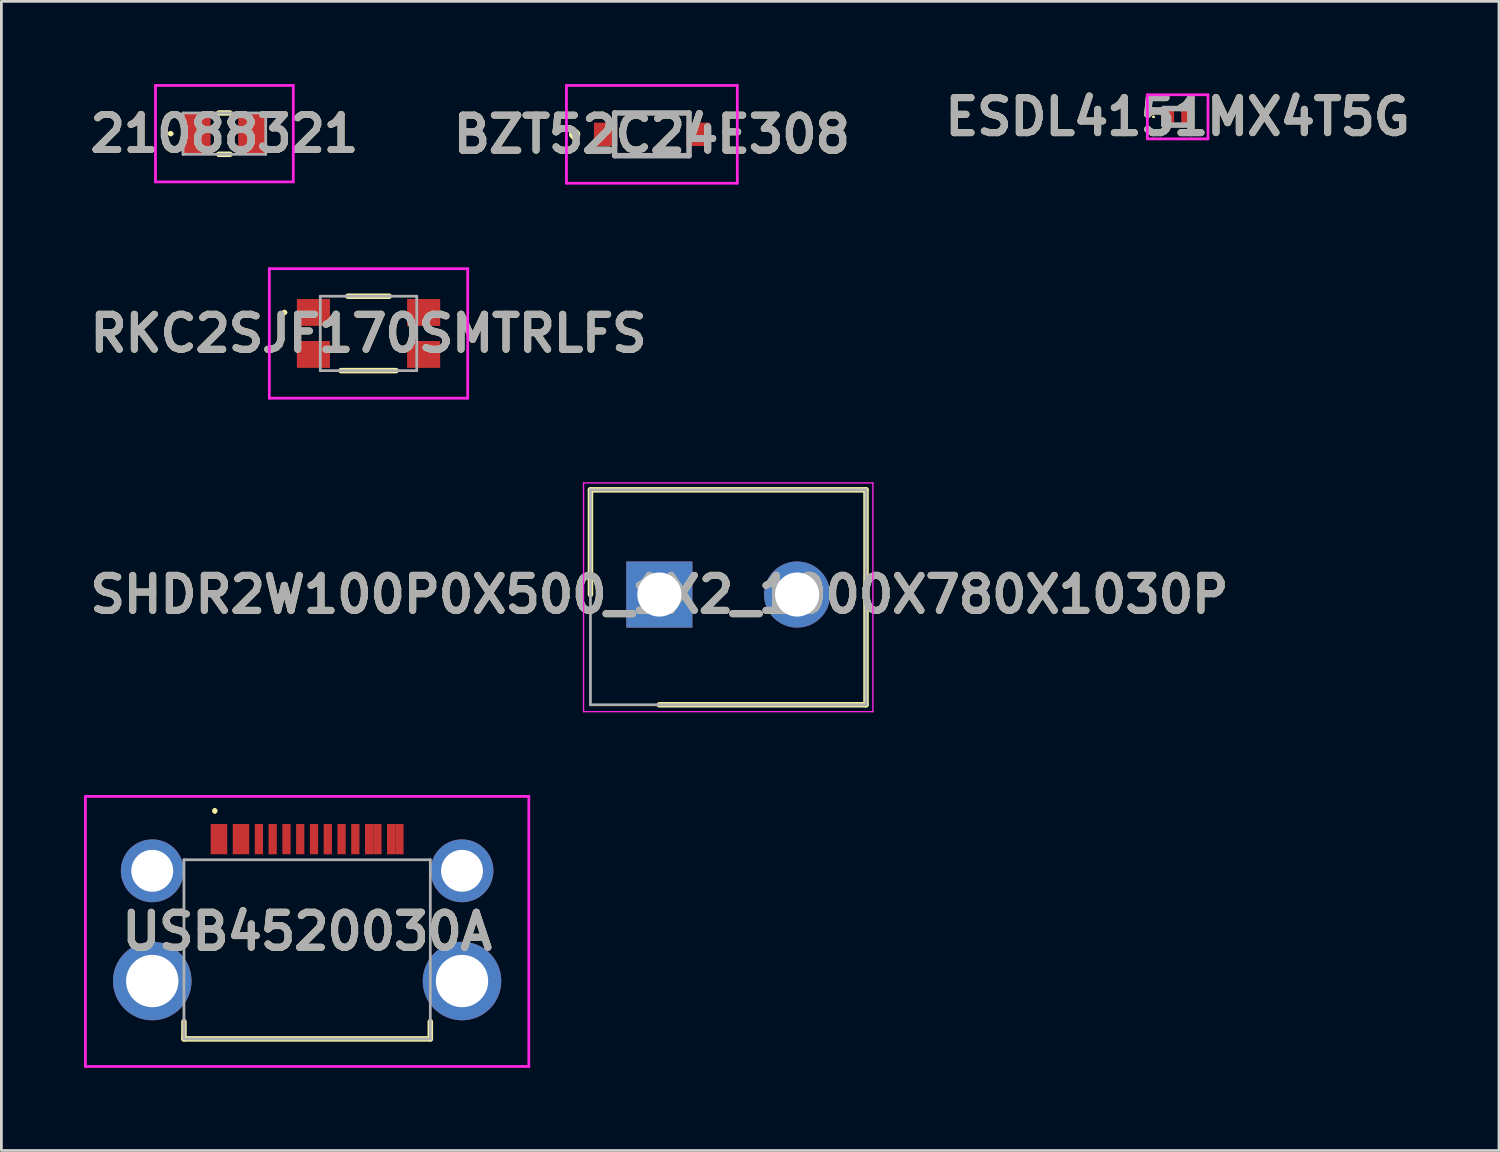
<source format=kicad_pcb>
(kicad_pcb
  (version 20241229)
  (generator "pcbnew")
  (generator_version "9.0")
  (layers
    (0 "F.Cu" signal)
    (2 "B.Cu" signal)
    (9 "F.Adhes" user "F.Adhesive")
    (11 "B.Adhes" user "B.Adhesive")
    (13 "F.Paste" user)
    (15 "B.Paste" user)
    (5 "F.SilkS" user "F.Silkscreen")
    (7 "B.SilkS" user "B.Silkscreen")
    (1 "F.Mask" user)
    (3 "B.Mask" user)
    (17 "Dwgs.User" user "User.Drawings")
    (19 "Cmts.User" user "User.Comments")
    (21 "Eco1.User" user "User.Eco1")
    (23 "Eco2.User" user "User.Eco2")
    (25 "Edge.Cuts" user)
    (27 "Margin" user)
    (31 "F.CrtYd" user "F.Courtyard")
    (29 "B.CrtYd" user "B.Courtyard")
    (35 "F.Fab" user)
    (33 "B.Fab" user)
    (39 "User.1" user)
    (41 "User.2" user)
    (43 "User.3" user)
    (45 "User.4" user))
  (footprint "RKC2SJF170SMTRLFS"
    (layer "F.Cu")
    (at 10.323 9.05)
    (property "Reference" "RKC2SJF170SMTRLFS" (at 0 0 0) (layer "F.SilkS") (effects (font (size 1.27 1.27) (thickness 0.254))))
    (attr smd)
    (fp_line (start -3.1 -0.762) (end -3.1 -0.762) (stroke (width 0.1) (type solid)) (layer "F.SilkS"))
    (fp_line (start -3 -0.762) (end -3 -0.762) (stroke (width 0.1) (type solid)) (layer "F.SilkS"))
    (fp_line (start -1 1.35) (end 1 1.35) (stroke (width 0.2) (type solid)) (layer "F.SilkS"))
    (fp_line (start -0.75 -1.35) (end 0.75 -1.35) (stroke (width 0.2) (type solid)) (layer "F.SilkS"))
    (fp_arc (start -3.1 -0.762) (mid -3.05 -0.812) (end -3 -0.762) (stroke (width 0.1) (type solid)) (layer "F.SilkS"))
    (fp_arc (start -3 -0.762) (mid -3.05 -0.712) (end -3.1 -0.762) (stroke (width 0.1) (type solid)) (layer "F.SilkS"))
    (fp_line (start -3.6 -2.35) (end 3.6 -2.35) (stroke (width 0.1) (type solid)) (layer "F.CrtYd"))
    (fp_line (start -3.6 2.35) (end -3.6 -2.35) (stroke (width 0.1) (type solid)) (layer "F.CrtYd"))
    (fp_line (start 3.6 -2.35) (end 3.6 2.35) (stroke (width 0.1) (type solid)) (layer "F.CrtYd"))
    (fp_line (start 3.6 2.35) (end -3.6 2.35) (stroke (width 0.1) (type solid)) (layer "F.CrtYd"))
    (fp_line (start -1.75 -1.35) (end -1.75 1.35) (stroke (width 0.1) (type solid)) (layer "F.Fab"))
    (fp_line (start -1.75 1.35) (end 1.75 1.35) (stroke (width 0.1) (type solid)) (layer "F.Fab"))
    (fp_line (start 1.75 -1.35) (end -1.75 -1.35) (stroke (width 0.1) (type solid)) (layer "F.Fab"))
    (fp_line (start 1.75 1.35) (end 1.75 -1.35) (stroke (width 0.1) (type solid)) (layer "F.Fab"))
    (fp_text user "${REFERENCE}" (at 0 0 0) (layer "F.Fab") (effects (font (size 1.27 1.27) (thickness 0.254))))
    (pad "1" smd rect (at -2 -0.762 90) (size 0.975 1.2) (layers "F.Cu" "F.Mask" "F.Paste"))
    (pad "2" smd rect (at 2 -0.762 90) (size 0.975 1.2) (layers "F.Cu" "F.Mask" "F.Paste"))
    (pad "3" smd rect (at -2 0.762 90) (size 0.975 1.2) (layers "F.Cu" "F.Mask" "F.Paste"))
    (pad "4" smd rect (at 2 0.762 90) (size 0.975 1.2) (layers "F.Cu" "F.Mask" "F.Paste")))
  (footprint "21088321"
    (layer "F.Cu")
    (at 5.092 1.8)
    (property "Reference" "21088321" (at 0 0 0) (layer "F.SilkS") (effects (font (size 1.27 1.27) (thickness 0.254))))
    (attr smd)
    (fp_line (start -2 0) (end -2 0) (stroke (width 0.1) (type solid)) (layer "F.SilkS"))
    (fp_line (start -1.9 0) (end -1.9 0) (stroke (width 0.1) (type solid)) (layer "F.SilkS"))
    (fp_line (start -0.2 -0.75) (end 0.2 -0.75) (stroke (width 0.2) (type solid)) (layer "F.SilkS"))
    (fp_line (start -0.2 0.75) (end 0.2 0.75) (stroke (width 0.2) (type solid)) (layer "F.SilkS"))
    (fp_arc (start -2 0) (mid -1.95 -0.05) (end -1.9 0) (stroke (width 0.1) (type solid)) (layer "F.SilkS"))
    (fp_arc (start -1.9 0) (mid -1.95 0.05) (end -2 0) (stroke (width 0.1) (type solid)) (layer "F.SilkS"))
    (fp_line (start -2.5 -1.75) (end 2.5 -1.75) (stroke (width 0.1) (type solid)) (layer "F.CrtYd"))
    (fp_line (start -2.5 1.75) (end -2.5 -1.75) (stroke (width 0.1) (type solid)) (layer "F.CrtYd"))
    (fp_line (start 2.5 -1.75) (end 2.5 1.75) (stroke (width 0.1) (type solid)) (layer "F.CrtYd"))
    (fp_line (start 2.5 1.75) (end -2.5 1.75) (stroke (width 0.1) (type solid)) (layer "F.CrtYd"))
    (fp_line (start -1.5 -0.75) (end -1.5 0.75) (stroke (width 0.1) (type solid)) (layer "F.Fab"))
    (fp_line (start -1.5 0.75) (end 1.5 0.75) (stroke (width 0.1) (type solid)) (layer "F.Fab"))
    (fp_line (start 1.5 -0.75) (end -1.5 -0.75) (stroke (width 0.1) (type solid)) (layer "F.Fab"))
    (fp_line (start 1.5 0.75) (end 1.5 -0.75) (stroke (width 0.1) (type solid)) (layer "F.Fab"))
    (fp_text user "${REFERENCE}" (at 0 0 0) (layer "F.Fab") (effects (font (size 1.27 1.27) (thickness 0.254))))
    (pad "1" smd rect (at -1 0) (size 1 1.5) (layers "F.Cu" "F.Mask" "F.Paste"))
    (pad "2" smd rect (at 1 0) (size 1 1.5) (layers "F.Cu" "F.Mask" "F.Paste")))
  (footprint "SHDR2W100P0X500_1X2_1000X780X1030P"
    (layer "F.Cu")
    (at 20.876 18.525)
    (property "Reference" "SHDR2W100P0X500_1X2_1000X780X1030P" (at 0 0 0) (layer "F.SilkS") (effects (font (size 1.27 1.27) (thickness 0.254))))
    (attr through_hole)
    (fp_line (start -2.5 -3.8) (end -2.5 0) (stroke (width 0.2) (type solid)) (layer "F.SilkS"))
    (fp_line (start 0 4) (end 7.5 4) (stroke (width 0.2) (type solid)) (layer "F.SilkS"))
    (fp_line (start 7.5 -3.8) (end -2.5 -3.8) (stroke (width 0.2) (type solid)) (layer "F.SilkS"))
    (fp_line (start 7.5 4) (end 7.5 -3.8) (stroke (width 0.2) (type solid)) (layer "F.SilkS"))
    (fp_line (start -2.75 -4.05) (end 7.75 -4.05) (stroke (width 0.05) (type solid)) (layer "F.CrtYd"))
    (fp_line (start -2.75 4.25) (end -2.75 -4.05) (stroke (width 0.05) (type solid)) (layer "F.CrtYd"))
    (fp_line (start 7.75 -4.05) (end 7.75 4.25) (stroke (width 0.05) (type solid)) (layer "F.CrtYd"))
    (fp_line (start 7.75 4.25) (end -2.75 4.25) (stroke (width 0.05) (type solid)) (layer "F.CrtYd"))
    (fp_line (start -2.5 -3.8) (end 7.5 -3.8) (stroke (width 0.1) (type solid)) (layer "F.Fab"))
    (fp_line (start -2.5 4) (end -2.5 -3.8) (stroke (width 0.1) (type solid)) (layer "F.Fab"))
    (fp_line (start 7.5 -3.8) (end 7.5 4) (stroke (width 0.1) (type solid)) (layer "F.Fab"))
    (fp_line (start 7.5 4) (end -2.5 4) (stroke (width 0.1) (type solid)) (layer "F.Fab"))
    (fp_text user "${REFERENCE}" (at 0 0 0) (layer "F.Fab") (effects (font (size 1.27 1.27) (thickness 0.254))))
    (pad "1" thru_hole rect (at 0 0) (size 2.4 2.4) (drill 1.6) (layers "*.Cu" "*.Mask"))
    (pad "2" thru_hole circle (at 5 0) (size 2.4 2.4) (drill 1.6) (layers "*.Cu" "*.Mask")))
  (footprint "BZT52C24E308"
    (layer "F.Cu")
    (at 20.605 1.825)
    (property "Reference" "BZT52C24E308" (at 0 0 0) (layer "F.SilkS") (effects (font (size 1.27 1.27) (thickness 0.254))))
    (attr smd)
    (fp_line (start -2.9 0) (end -2.9 0) (stroke (width 0.2) (type solid)) (layer "F.SilkS"))
    (fp_line (start -2.7 0) (end -2.7 0) (stroke (width 0.2) (type solid)) (layer "F.SilkS"))
    (fp_line (start -1.35 -0.775) (end 1.35 -0.775) (stroke (width 0.1) (type solid)) (layer "F.SilkS"))
    (fp_line (start -1.35 0.775) (end 1.35 0.775) (stroke (width 0.1) (type solid)) (layer "F.SilkS"))
    (fp_arc (start -2.9 0) (mid -2.8 -0.1) (end -2.7 0) (stroke (width 0.2) (type solid)) (layer "F.SilkS"))
    (fp_arc (start -2.7 0) (mid -2.8 0.1) (end -2.9 0) (stroke (width 0.2) (type solid)) (layer "F.SilkS"))
    (fp_line (start -3.1 -1.775) (end 3.1 -1.775) (stroke (width 0.1) (type solid)) (layer "F.CrtYd"))
    (fp_line (start -3.1 1.775) (end -3.1 -1.775) (stroke (width 0.1) (type solid)) (layer "F.CrtYd"))
    (fp_line (start 3.1 -1.775) (end 3.1 1.775) (stroke (width 0.1) (type solid)) (layer "F.CrtYd"))
    (fp_line (start 3.1 1.775) (end -3.1 1.775) (stroke (width 0.1) (type solid)) (layer "F.CrtYd"))
    (fp_line (start -1.35 -0.775) (end 1.35 -0.775) (stroke (width 0.2) (type solid)) (layer "F.Fab"))
    (fp_line (start -1.35 0.775) (end -1.35 -0.775) (stroke (width 0.2) (type solid)) (layer "F.Fab"))
    (fp_line (start 1.35 -0.775) (end 1.35 0.775) (stroke (width 0.2) (type solid)) (layer "F.Fab"))
    (fp_line (start 1.35 0.775) (end -1.35 0.775) (stroke (width 0.2) (type solid)) (layer "F.Fab"))
    (fp_text user "${REFERENCE}" (at 0 0 0) (layer "F.Fab") (effects (font (size 1.27 1.27) (thickness 0.254))))
    (pad "1" smd rect (at -1.675 0) (size 0.85 0.85) (layers "F.Cu" "F.Mask" "F.Paste"))
    (pad "2" smd rect (at 1.675 0) (size 0.85 0.85) (layers "F.Cu" "F.Mask" "F.Paste")))
  (footprint "USB4520030A"
    (layer "F.Cu")
    (at 8.095 31.025)
    (property "Reference" "USB4520030A" (at 0 -0.275 0) (layer "F.SilkS") (effects (font (size 1.27 1.27) (thickness 0.254))))
    (attr through_hole)
    (fp_line (start -4.47 3) (end -4.47 3.625) (stroke (width 0.2) (type solid)) (layer "F.SilkS"))
    (fp_line (start -4.47 3.625) (end 4.47 3.625) (stroke (width 0.2) (type solid)) (layer "F.SilkS"))
    (fp_line (start -3.35 -4.7) (end -3.35 -4.7) (stroke (width 0.1) (type solid)) (layer "F.SilkS"))
    (fp_line (start -3.35 -4.6) (end -3.35 -4.6) (stroke (width 0.1) (type solid)) (layer "F.SilkS"))
    (fp_line (start 4.47 3.625) (end 4.47 3) (stroke (width 0.2) (type solid)) (layer "F.SilkS"))
    (fp_arc (start -3.35 -4.7) (mid -3.3 -4.65) (end -3.35 -4.6) (stroke (width 0.1) (type solid)) (layer "F.SilkS"))
    (fp_arc (start -3.35 -4.6) (mid -3.4 -4.65) (end -3.35 -4.7) (stroke (width 0.1) (type solid)) (layer "F.SilkS"))
    (fp_line (start -8.045 -5.175) (end 8.045 -5.175) (stroke (width 0.1) (type solid)) (layer "F.CrtYd"))
    (fp_line (start -8.045 4.625) (end -8.045 -5.175) (stroke (width 0.1) (type solid)) (layer "F.CrtYd"))
    (fp_line (start 8.045 -5.175) (end 8.045 4.625) (stroke (width 0.1) (type solid)) (layer "F.CrtYd"))
    (fp_line (start 8.045 4.625) (end -8.045 4.625) (stroke (width 0.1) (type solid)) (layer "F.CrtYd"))
    (fp_line (start -4.47 -2.875) (end 4.47 -2.875) (stroke (width 0.1) (type solid)) (layer "F.Fab"))
    (fp_line (start -4.47 3.625) (end -4.47 -2.875) (stroke (width 0.1) (type solid)) (layer "F.Fab"))
    (fp_line (start 4.47 -2.875) (end 4.47 3.625) (stroke (width 0.1) (type solid)) (layer "F.Fab"))
    (fp_line (start 4.47 3.625) (end -4.47 3.625) (stroke (width 0.1) (type solid)) (layer "F.Fab"))
    (fp_text user "${REFERENCE}" (at 0 -0.275 0) (layer "F.Fab") (effects (font (size 1.27 1.27) (thickness 0.254))))
    (pad "A1" smd rect (at -3.35 -3.625) (size 0.3 1.1) (layers "F.Cu" "F.Mask" "F.Paste"))
    (pad "A4" smd rect (at -2.55 -3.625) (size 0.3 1.1) (layers "F.Cu" "F.Mask" "F.Paste"))
    (pad "A5" smd rect (at -1.25 -3.625) (size 0.3 1.1) (layers "F.Cu" "F.Mask" "F.Paste"))
    (pad "A6" smd rect (at -0.25 -3.625) (size 0.3 1.1) (layers "F.Cu" "F.Mask" "F.Paste"))
    (pad "A7" smd rect (at 0.25 -3.625) (size 0.3 1.1) (layers "F.Cu" "F.Mask" "F.Paste"))
    (pad "A8" smd rect (at 1.25 -3.625) (size 0.3 1.1) (layers "F.Cu" "F.Mask" "F.Paste"))
    (pad "A9" smd rect (at 2.55 -3.625) (size 0.3 1.1) (layers "F.Cu" "F.Mask" "F.Paste"))
    (pad "A12" smd rect (at 3.35 -3.625) (size 0.3 1.1) (layers "F.Cu" "F.Mask" "F.Paste"))
    (pad "B1" smd rect (at 3.05 -3.625) (size 0.3 1.1) (layers "F.Cu" "F.Mask" "F.Paste"))
    (pad "B4" smd rect (at 2.25 -3.625) (size 0.3 1.1) (layers "F.Cu" "F.Mask" "F.Paste"))
    (pad "B5" smd rect (at 1.75 -3.625) (size 0.3 1.1) (layers "F.Cu" "F.Mask" "F.Paste"))
    (pad "B6" smd rect (at 0.75 -3.625) (size 0.3 1.1) (layers "F.Cu" "F.Mask" "F.Paste"))
    (pad "B7" smd rect (at -0.75 -3.625) (size 0.3 1.1) (layers "F.Cu" "F.Mask" "F.Paste"))
    (pad "B8" smd rect (at -1.75 -3.625) (size 0.3 1.1) (layers "F.Cu" "F.Mask" "F.Paste"))
    (pad "B9" smd rect (at -2.25 -3.625) (size 0.3 1.1) (layers "F.Cu" "F.Mask" "F.Paste"))
    (pad "B12" smd rect (at -3.05 -3.625) (size 0.3 1.1) (layers "F.Cu" "F.Mask" "F.Paste"))
    (pad "MH1" thru_hole circle (at -5.62 -2.475) (size 2.28 2.28) (drill 1.52) (layers "*.Cu" "*.Mask"))
    (pad "MH2" thru_hole circle (at 5.62 -2.475) (size 2.28 2.28) (drill 1.52) (layers "*.Cu" "*.Mask"))
    (pad "MH3" thru_hole circle (at -5.62 1.525) (size 2.85 2.85) (drill 1.9) (layers "*.Cu" "*.Mask"))
    (pad "MH4" thru_hole circle (at 5.62 1.525) (size 2.85 2.85) (drill 1.9) (layers "*.Cu" "*.Mask")))
  (footprint "ESDL4151MX4T5G"
    (layer "F.Cu")
    (at 39.685 1.189)
    (property "Reference" "ESDL4151MX4T5G" (at 0 0 0) (layer "F.SilkS") (effects (font (size 1.27 1.27) (thickness 0.254))))
    (attr smd)
    (fp_line (start -0.9 0) (end -0.9 0) (stroke (width 0.05) (type solid)) (layer "F.SilkS"))
    (fp_line (start -0.85 0) (end -0.85 0) (stroke (width 0.05) (type solid)) (layer "F.SilkS"))
    (fp_arc (start -0.9 0) (mid -0.875 -0.025) (end -0.85 0) (stroke (width 0.05) (type solid)) (layer "F.SilkS"))
    (fp_arc (start -0.85 0) (mid -0.875 0.025) (end -0.9 0) (stroke (width 0.05) (type solid)) (layer "F.SilkS"))
    (fp_line (start -1.1 -0.8) (end 1.1 -0.8) (stroke (width 0.1) (type solid)) (layer "F.CrtYd"))
    (fp_line (start -1.1 0.8) (end -1.1 -0.8) (stroke (width 0.1) (type solid)) (layer "F.CrtYd"))
    (fp_line (start 1.1 -0.8) (end 1.1 0.8) (stroke (width 0.1) (type solid)) (layer "F.CrtYd"))
    (fp_line (start 1.1 0.8) (end -1.1 0.8) (stroke (width 0.1) (type solid)) (layer "F.CrtYd"))
    (fp_line (start -0.5 -0.3) (end 0.5 -0.3) (stroke (width 0.2) (type solid)) (layer "F.Fab"))
    (fp_line (start -0.5 0.3) (end -0.5 -0.3) (stroke (width 0.2) (type solid)) (layer "F.Fab"))
    (fp_line (start 0.5 -0.3) (end 0.5 0.3) (stroke (width 0.2) (type solid)) (layer "F.Fab"))
    (fp_line (start 0.5 0.3) (end -0.5 0.3) (stroke (width 0.2) (type solid)) (layer "F.Fab"))
    (fp_text user "${REFERENCE}" (at 0 0 0) (layer "F.Fab") (effects (font (size 1.27 1.27) (thickness 0.254))))
    (pad "1" smd rect (at -0.365 0) (size 0.47 0.6) (layers "F.Cu" "F.Mask" "F.Paste"))
    (pad "2" smd rect (at 0.365 0) (size 0.47 0.6) (layers "F.Cu" "F.Mask" "F.Paste")))
  (gr_rect
    (start -3 -3)
    (end 51.345 38.7)
    (stroke (width 0.1) (type default))
    (fill no)
    (layer "Edge.Cuts")))
</source>
